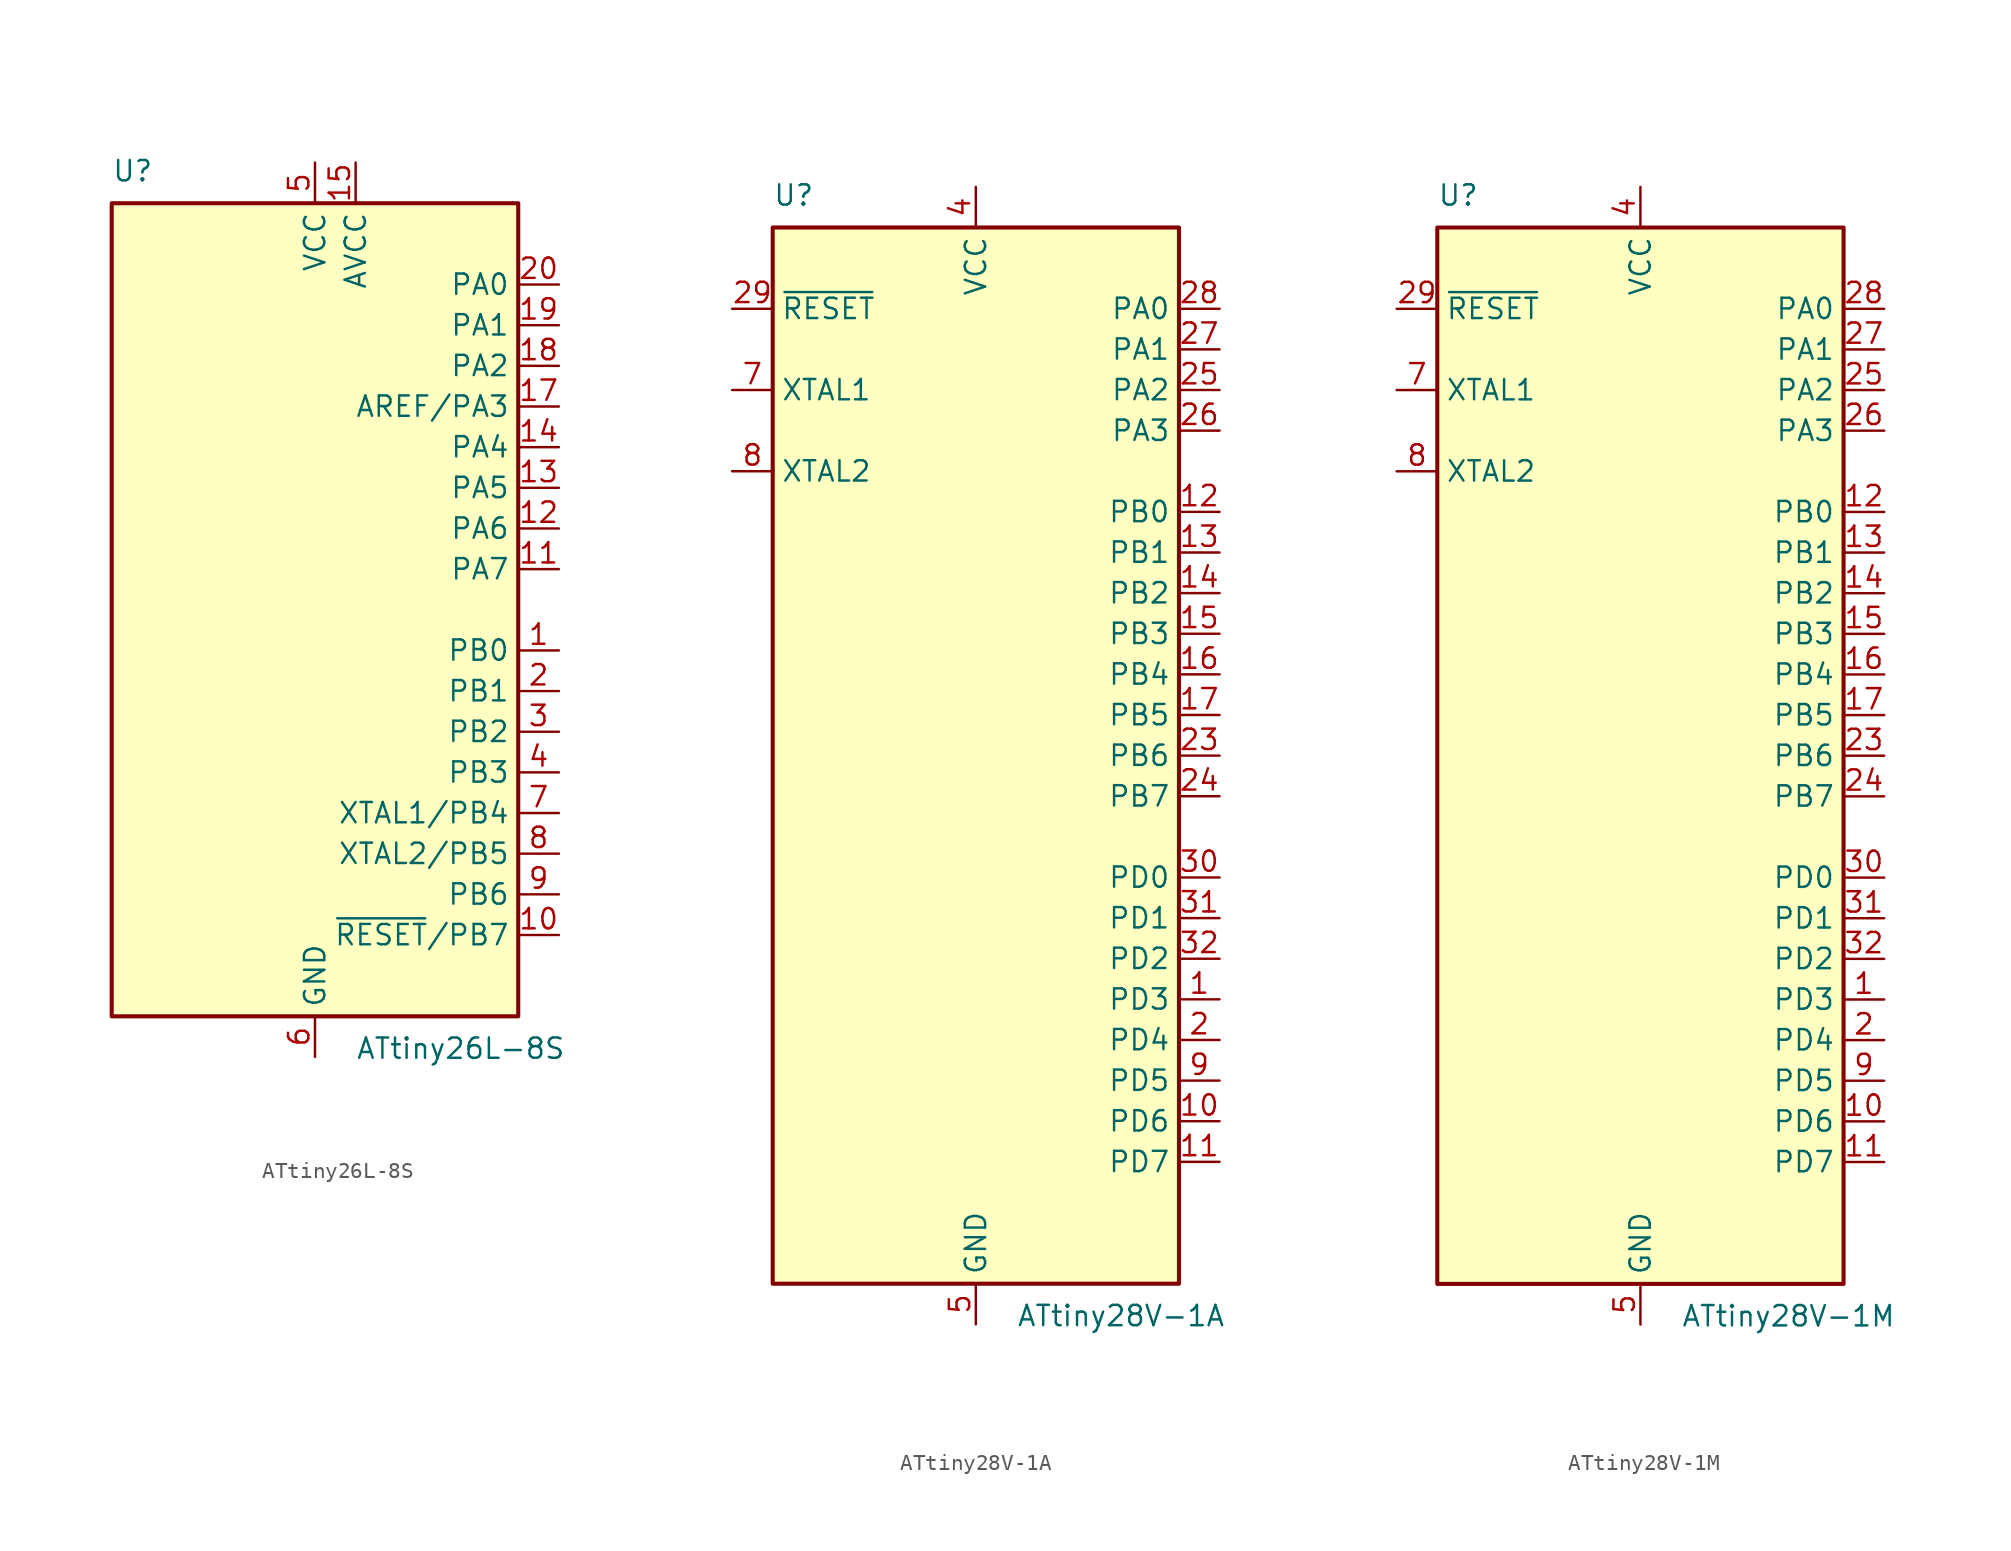
<source format=kicad_sym>
(kicad_symbol_lib
  (version 20201005)
  (generator kicad_symbol_editor)
  (symbol "ATtiny26L-8S"
    (property "Reference" "U"
      (at -12.7 26.67 0)
      (effects (font (size 1.27 1.27)) (justify left bottom)))
    (property "Value" "ATtiny26L-8S"
      (at 2.54 -26.67 0)
      (effects (font (size 1.27 1.27)) (justify left top)))
    (symbol "ATtiny26L-8S_0_1"
      (rectangle (start -12.7 -25.4) (end 12.7 25.4) (stroke (width 0.254)) (fill (type background))))
    (symbol "ATtiny26L-8S_1_1"
      (pin bidirectional line (at 15.24 -2.54 180) (length 2.54) (name "PB0" (effects (font (size 1.27 1.27)))) (number "1" (effects (font (size 1.27 1.27)))))
      (pin bidirectional line (at 15.24 -20.32 180) (length 2.54) (name "~RESET~/PB7" (effects (font (size 1.27 1.27)))) (number "10" (effects (font (size 1.27 1.27)))))
      (pin bidirectional line (at 15.24 2.54 180) (length 2.54) (name "PA7" (effects (font (size 1.27 1.27)))) (number "11" (effects (font (size 1.27 1.27)))))
      (pin bidirectional line (at 15.24 5.08 180) (length 2.54) (name "PA6" (effects (font (size 1.27 1.27)))) (number "12" (effects (font (size 1.27 1.27)))))
      (pin bidirectional line (at 15.24 7.62 180) (length 2.54) (name "PA5" (effects (font (size 1.27 1.27)))) (number "13" (effects (font (size 1.27 1.27)))))
      (pin bidirectional line (at 15.24 10.16 180) (length 2.54) (name "PA4" (effects (font (size 1.27 1.27)))) (number "14" (effects (font (size 1.27 1.27)))))
      (pin power_in line (at 2.54 27.94 270) (length 2.54) (name "AVCC" (effects (font (size 1.27 1.27)))) (number "15" (effects (font (size 1.27 1.27)))))
      (pin passive line (at 0 -27.94 90) (length 2.54) hide (name "GND" (effects (font (size 1.27 1.27)))) (number "16" (effects (font (size 1.27 1.27)))))
      (pin bidirectional line (at 15.24 12.7 180) (length 2.54) (name "AREF/PA3" (effects (font (size 1.27 1.27)))) (number "17" (effects (font (size 1.27 1.27)))))
      (pin bidirectional line (at 15.24 15.24 180) (length 2.54) (name "PA2" (effects (font (size 1.27 1.27)))) (number "18" (effects (font (size 1.27 1.27)))))
      (pin bidirectional line (at 15.24 17.78 180) (length 2.54) (name "PA1" (effects (font (size 1.27 1.27)))) (number "19" (effects (font (size 1.27 1.27)))))
      (pin bidirectional line (at 15.24 -5.08 180) (length 2.54) (name "PB1" (effects (font (size 1.27 1.27)))) (number "2" (effects (font (size 1.27 1.27)))))
      (pin bidirectional line (at 15.24 20.32 180) (length 2.54) (name "PA0" (effects (font (size 1.27 1.27)))) (number "20" (effects (font (size 1.27 1.27)))))
      (pin bidirectional line (at 15.24 -7.62 180) (length 2.54) (name "PB2" (effects (font (size 1.27 1.27)))) (number "3" (effects (font (size 1.27 1.27)))))
      (pin bidirectional line (at 15.24 -10.16 180) (length 2.54) (name "PB3" (effects (font (size 1.27 1.27)))) (number "4" (effects (font (size 1.27 1.27)))))
      (pin power_in line (at 0 27.94 270) (length 2.54) (name "VCC" (effects (font (size 1.27 1.27)))) (number "5" (effects (font (size 1.27 1.27)))))
      (pin power_in line (at 0 -27.94 90) (length 2.54) (name "GND" (effects (font (size 1.27 1.27)))) (number "6" (effects (font (size 1.27 1.27)))))
      (pin bidirectional line (at 15.24 -12.7 180) (length 2.54) (name "XTAL1/PB4" (effects (font (size 1.27 1.27)))) (number "7" (effects (font (size 1.27 1.27)))))
      (pin bidirectional line (at 15.24 -15.24 180) (length 2.54) (name "XTAL2/PB5" (effects (font (size 1.27 1.27)))) (number "8" (effects (font (size 1.27 1.27)))))
      (pin bidirectional line (at 15.24 -17.78 180) (length 2.54) (name "PB6" (effects (font (size 1.27 1.27)))) (number "9" (effects (font (size 1.27 1.27)))))))
  (symbol "ATtiny28V-1A"
    (property "Reference" "U"
      (at -12.7 34.29 0)
      (effects (font (size 1.27 1.27)) (justify left bottom)))
    (property "Value" "ATtiny28V-1A"
      (at 2.54 -34.29 0)
      (effects (font (size 1.27 1.27)) (justify left top)))
    (symbol "ATtiny28V-1A_0_1"
      (rectangle (start -12.7 -33.02) (end 12.7 33.02) (stroke (width 0.254)) (fill (type background))))
    (symbol "ATtiny28V-1A_1_1"
      (pin bidirectional line (at 15.24 -15.24 180) (length 2.54) (name "PD3" (effects (font (size 1.27 1.27)))) (number "1" (effects (font (size 1.27 1.27)))))
      (pin bidirectional line (at 15.24 -22.86 180) (length 2.54) (name "PD6" (effects (font (size 1.27 1.27)))) (number "10" (effects (font (size 1.27 1.27)))))
      (pin bidirectional line (at 15.24 -25.4 180) (length 2.54) (name "PD7" (effects (font (size 1.27 1.27)))) (number "11" (effects (font (size 1.27 1.27)))))
      (pin bidirectional line (at 15.24 15.24 180) (length 2.54) (name "PB0" (effects (font (size 1.27 1.27)))) (number "12" (effects (font (size 1.27 1.27)))))
      (pin bidirectional line (at 15.24 12.7 180) (length 2.54) (name "PB1" (effects (font (size 1.27 1.27)))) (number "13" (effects (font (size 1.27 1.27)))))
      (pin bidirectional line (at 15.24 10.16 180) (length 2.54) (name "PB2" (effects (font (size 1.27 1.27)))) (number "14" (effects (font (size 1.27 1.27)))))
      (pin bidirectional line (at 15.24 7.62 180) (length 2.54) (name "PB3" (effects (font (size 1.27 1.27)))) (number "15" (effects (font (size 1.27 1.27)))))
      (pin bidirectional line (at 15.24 5.08 180) (length 2.54) (name "PB4" (effects (font (size 1.27 1.27)))) (number "16" (effects (font (size 1.27 1.27)))))
      (pin bidirectional line (at 15.24 2.54 180) (length 2.54) (name "PB5" (effects (font (size 1.27 1.27)))) (number "17" (effects (font (size 1.27 1.27)))))
      (pin passive line (at 0 35.56 270) (length 2.54) hide (name "VCC" (effects (font (size 1.27 1.27)))) (number "18" (effects (font (size 1.27 1.27)))))
      (pin no_connect line (at -12.7 -25.4 0) (length 2.54) hide (name "NC" (effects (font (size 1.27 1.27)))) (number "19" (effects (font (size 1.27 1.27)))))
      (pin bidirectional line (at 15.24 -17.78 180) (length 2.54) (name "PD4" (effects (font (size 1.27 1.27)))) (number "2" (effects (font (size 1.27 1.27)))))
      (pin no_connect line (at -12.7 -27.94 0) (length 2.54) hide (name "NC" (effects (font (size 1.27 1.27)))) (number "20" (effects (font (size 1.27 1.27)))))
      (pin passive line (at 0 -35.56 90) (length 2.54) hide (name "GND" (effects (font (size 1.27 1.27)))) (number "21" (effects (font (size 1.27 1.27)))))
      (pin no_connect line (at -12.7 -30.48 0) (length 2.54) hide (name "NC" (effects (font (size 1.27 1.27)))) (number "22" (effects (font (size 1.27 1.27)))))
      (pin bidirectional line (at 15.24 0 180) (length 2.54) (name "PB6" (effects (font (size 1.27 1.27)))) (number "23" (effects (font (size 1.27 1.27)))))
      (pin bidirectional line (at 15.24 -2.54 180) (length 2.54) (name "PB7" (effects (font (size 1.27 1.27)))) (number "24" (effects (font (size 1.27 1.27)))))
      (pin bidirectional line (at 15.24 22.86 180) (length 2.54) (name "PA2" (effects (font (size 1.27 1.27)))) (number "25" (effects (font (size 1.27 1.27)))))
      (pin bidirectional line (at 15.24 20.32 180) (length 2.54) (name "PA3" (effects (font (size 1.27 1.27)))) (number "26" (effects (font (size 1.27 1.27)))))
      (pin bidirectional line (at 15.24 25.4 180) (length 2.54) (name "PA1" (effects (font (size 1.27 1.27)))) (number "27" (effects (font (size 1.27 1.27)))))
      (pin bidirectional line (at 15.24 27.94 180) (length 2.54) (name "PA0" (effects (font (size 1.27 1.27)))) (number "28" (effects (font (size 1.27 1.27)))))
      (pin input line (at -15.24 27.94 0) (length 2.54) (name "~RESET" (effects (font (size 1.27 1.27)))) (number "29" (effects (font (size 1.27 1.27)))))
      (pin no_connect line (at -12.7 -20.32 0) (length 2.54) hide (name "NC" (effects (font (size 1.27 1.27)))) (number "3" (effects (font (size 1.27 1.27)))))
      (pin bidirectional line (at 15.24 -7.62 180) (length 2.54) (name "PD0" (effects (font (size 1.27 1.27)))) (number "30" (effects (font (size 1.27 1.27)))))
      (pin bidirectional line (at 15.24 -10.16 180) (length 2.54) (name "PD1" (effects (font (size 1.27 1.27)))) (number "31" (effects (font (size 1.27 1.27)))))
      (pin bidirectional line (at 15.24 -12.7 180) (length 2.54) (name "PD2" (effects (font (size 1.27 1.27)))) (number "32" (effects (font (size 1.27 1.27)))))
      (pin power_in line (at 0 35.56 270) (length 2.54) (name "VCC" (effects (font (size 1.27 1.27)))) (number "4" (effects (font (size 1.27 1.27)))))
      (pin power_in line (at 0 -35.56 90) (length 2.54) (name "GND" (effects (font (size 1.27 1.27)))) (number "5" (effects (font (size 1.27 1.27)))))
      (pin no_connect line (at -12.7 -22.86 0) (length 2.54) hide (name "NC" (effects (font (size 1.27 1.27)))) (number "6" (effects (font (size 1.27 1.27)))))
      (pin input line (at -15.24 22.86 0) (length 2.54) (name "XTAL1" (effects (font (size 1.27 1.27)))) (number "7" (effects (font (size 1.27 1.27)))))
      (pin output line (at -15.24 17.78 0) (length 2.54) (name "XTAL2" (effects (font (size 1.27 1.27)))) (number "8" (effects (font (size 1.27 1.27)))))
      (pin bidirectional line (at 15.24 -20.32 180) (length 2.54) (name "PD5" (effects (font (size 1.27 1.27)))) (number "9" (effects (font (size 1.27 1.27)))))))
  (symbol "ATtiny28V-1M"
    (property "Reference" "U"
      (at -12.7 34.29 0)
      (effects (font (size 1.27 1.27)) (justify left bottom)))
    (property "Value" "ATtiny28V-1M"
      (at 2.54 -34.29 0)
      (effects (font (size 1.27 1.27)) (justify left top)))
    (symbol "ATtiny28V-1M_0_1"
      (rectangle (start -12.7 -33.02) (end 12.7 33.02) (stroke (width 0.254)) (fill (type background))))
    (symbol "ATtiny28V-1M_1_1"
      (pin bidirectional line (at 15.24 -15.24 180) (length 2.54) (name "PD3" (effects (font (size 1.27 1.27)))) (number "1" (effects (font (size 1.27 1.27)))))
      (pin bidirectional line (at 15.24 -22.86 180) (length 2.54) (name "PD6" (effects (font (size 1.27 1.27)))) (number "10" (effects (font (size 1.27 1.27)))))
      (pin bidirectional line (at 15.24 -25.4 180) (length 2.54) (name "PD7" (effects (font (size 1.27 1.27)))) (number "11" (effects (font (size 1.27 1.27)))))
      (pin bidirectional line (at 15.24 15.24 180) (length 2.54) (name "PB0" (effects (font (size 1.27 1.27)))) (number "12" (effects (font (size 1.27 1.27)))))
      (pin bidirectional line (at 15.24 12.7 180) (length 2.54) (name "PB1" (effects (font (size 1.27 1.27)))) (number "13" (effects (font (size 1.27 1.27)))))
      (pin bidirectional line (at 15.24 10.16 180) (length 2.54) (name "PB2" (effects (font (size 1.27 1.27)))) (number "14" (effects (font (size 1.27 1.27)))))
      (pin bidirectional line (at 15.24 7.62 180) (length 2.54) (name "PB3" (effects (font (size 1.27 1.27)))) (number "15" (effects (font (size 1.27 1.27)))))
      (pin bidirectional line (at 15.24 5.08 180) (length 2.54) (name "PB4" (effects (font (size 1.27 1.27)))) (number "16" (effects (font (size 1.27 1.27)))))
      (pin bidirectional line (at 15.24 2.54 180) (length 2.54) (name "PB5" (effects (font (size 1.27 1.27)))) (number "17" (effects (font (size 1.27 1.27)))))
      (pin passive line (at 0 35.56 270) (length 2.54) hide (name "VCC" (effects (font (size 1.27 1.27)))) (number "18" (effects (font (size 1.27 1.27)))))
      (pin no_connect line (at -12.7 -25.4 0) (length 2.54) hide (name "NC" (effects (font (size 1.27 1.27)))) (number "19" (effects (font (size 1.27 1.27)))))
      (pin bidirectional line (at 15.24 -17.78 180) (length 2.54) (name "PD4" (effects (font (size 1.27 1.27)))) (number "2" (effects (font (size 1.27 1.27)))))
      (pin no_connect line (at -12.7 -27.94 0) (length 2.54) hide (name "NC" (effects (font (size 1.27 1.27)))) (number "20" (effects (font (size 1.27 1.27)))))
      (pin passive line (at 0 -35.56 90) (length 2.54) hide (name "GND" (effects (font (size 1.27 1.27)))) (number "21" (effects (font (size 1.27 1.27)))))
      (pin no_connect line (at -12.7 -30.48 0) (length 2.54) hide (name "NC" (effects (font (size 1.27 1.27)))) (number "22" (effects (font (size 1.27 1.27)))))
      (pin bidirectional line (at 15.24 0 180) (length 2.54) (name "PB6" (effects (font (size 1.27 1.27)))) (number "23" (effects (font (size 1.27 1.27)))))
      (pin bidirectional line (at 15.24 -2.54 180) (length 2.54) (name "PB7" (effects (font (size 1.27 1.27)))) (number "24" (effects (font (size 1.27 1.27)))))
      (pin bidirectional line (at 15.24 22.86 180) (length 2.54) (name "PA2" (effects (font (size 1.27 1.27)))) (number "25" (effects (font (size 1.27 1.27)))))
      (pin bidirectional line (at 15.24 20.32 180) (length 2.54) (name "PA3" (effects (font (size 1.27 1.27)))) (number "26" (effects (font (size 1.27 1.27)))))
      (pin bidirectional line (at 15.24 25.4 180) (length 2.54) (name "PA1" (effects (font (size 1.27 1.27)))) (number "27" (effects (font (size 1.27 1.27)))))
      (pin bidirectional line (at 15.24 27.94 180) (length 2.54) (name "PA0" (effects (font (size 1.27 1.27)))) (number "28" (effects (font (size 1.27 1.27)))))
      (pin input line (at -15.24 27.94 0) (length 2.54) (name "~RESET" (effects (font (size 1.27 1.27)))) (number "29" (effects (font (size 1.27 1.27)))))
      (pin no_connect line (at -12.7 -20.32 0) (length 2.54) hide (name "NC" (effects (font (size 1.27 1.27)))) (number "3" (effects (font (size 1.27 1.27)))))
      (pin bidirectional line (at 15.24 -7.62 180) (length 2.54) (name "PD0" (effects (font (size 1.27 1.27)))) (number "30" (effects (font (size 1.27 1.27)))))
      (pin bidirectional line (at 15.24 -10.16 180) (length 2.54) (name "PD1" (effects (font (size 1.27 1.27)))) (number "31" (effects (font (size 1.27 1.27)))))
      (pin bidirectional line (at 15.24 -12.7 180) (length 2.54) (name "PD2" (effects (font (size 1.27 1.27)))) (number "32" (effects (font (size 1.27 1.27)))))
      (pin passive line (at 0 -35.56 90) (length 2.54) hide (name "GND" (effects (font (size 1.27 1.27)))) (number "33" (effects (font (size 1.27 1.27)))))
      (pin power_in line (at 0 35.56 270) (length 2.54) (name "VCC" (effects (font (size 1.27 1.27)))) (number "4" (effects (font (size 1.27 1.27)))))
      (pin power_in line (at 0 -35.56 90) (length 2.54) (name "GND" (effects (font (size 1.27 1.27)))) (number "5" (effects (font (size 1.27 1.27)))))
      (pin no_connect line (at -12.7 -22.86 0) (length 2.54) hide (name "NC" (effects (font (size 1.27 1.27)))) (number "6" (effects (font (size 1.27 1.27)))))
      (pin input line (at -15.24 22.86 0) (length 2.54) (name "XTAL1" (effects (font (size 1.27 1.27)))) (number "7" (effects (font (size 1.27 1.27)))))
      (pin output line (at -15.24 17.78 0) (length 2.54) (name "XTAL2" (effects (font (size 1.27 1.27)))) (number "8" (effects (font (size 1.27 1.27)))))
      (pin bidirectional line (at 15.24 -20.32 180) (length 2.54) (name "PD5" (effects (font (size 1.27 1.27)))) (number "9" (effects (font (size 1.27 1.27))))))))
</source>
